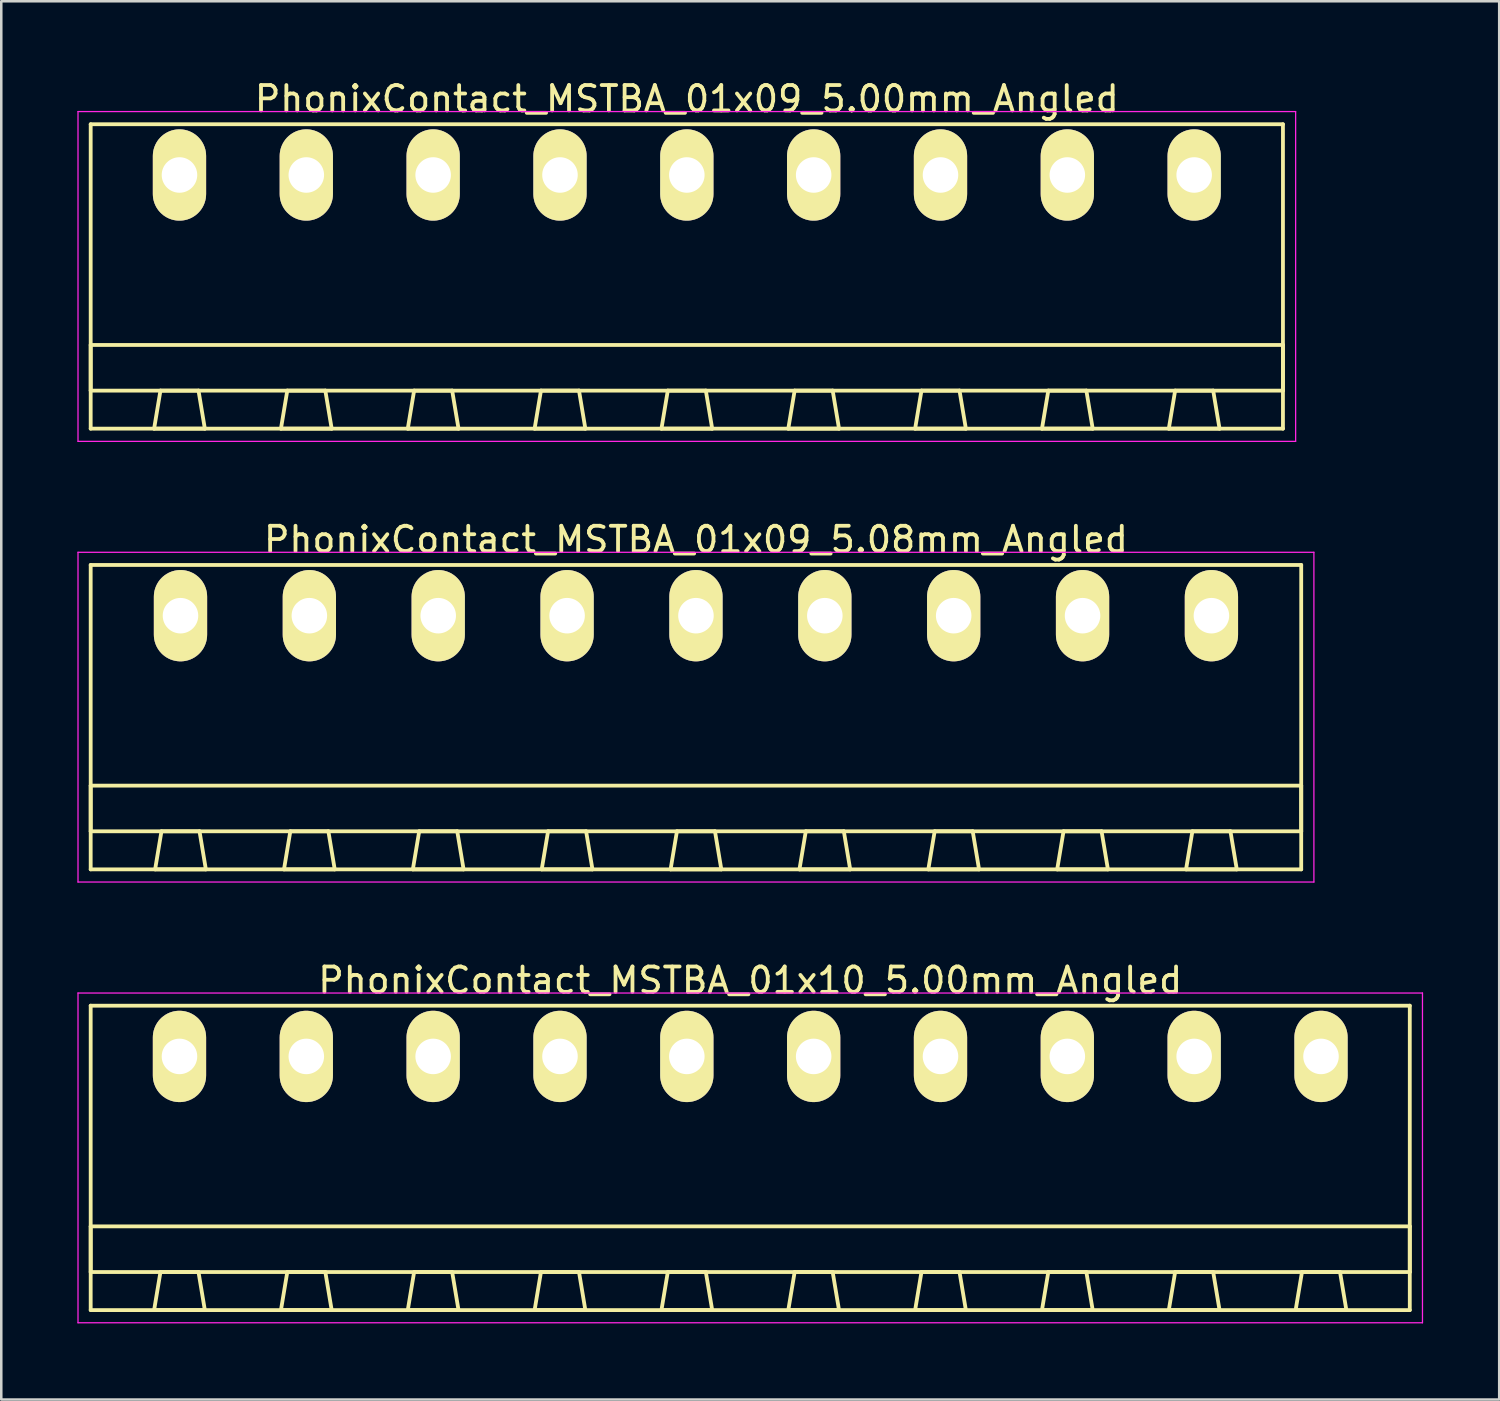
<source format=kicad_pcb>
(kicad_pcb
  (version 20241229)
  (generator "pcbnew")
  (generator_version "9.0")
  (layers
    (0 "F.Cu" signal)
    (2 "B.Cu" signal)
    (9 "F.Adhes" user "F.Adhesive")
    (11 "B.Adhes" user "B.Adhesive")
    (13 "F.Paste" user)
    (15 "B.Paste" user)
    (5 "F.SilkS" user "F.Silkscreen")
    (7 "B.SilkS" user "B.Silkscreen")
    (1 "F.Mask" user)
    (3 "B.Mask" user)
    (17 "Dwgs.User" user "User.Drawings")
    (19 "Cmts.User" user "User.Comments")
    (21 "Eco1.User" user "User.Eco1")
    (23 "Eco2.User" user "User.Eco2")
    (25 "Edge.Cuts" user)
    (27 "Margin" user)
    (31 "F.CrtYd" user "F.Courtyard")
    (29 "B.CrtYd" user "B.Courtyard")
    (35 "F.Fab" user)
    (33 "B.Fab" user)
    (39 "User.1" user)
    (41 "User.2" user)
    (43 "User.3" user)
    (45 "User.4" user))
  (footprint "PhonixContact_MSTBA_01x09_5.00mm_Angled"
    (layer "F.Cu")
    (at 4.025 3.848)
    (property "Reference" "PhonixContact_MSTBA_01x09_5.00mm_Angled" (at 20 -3 0) (layer "F.SilkS") (effects (font (size 1 1) (thickness 0.15))))
    (attr through_hole)
    (fp_line (start -3.5 -2) (end -3.5 10) (stroke (width 0.15) (type solid)) (layer "F.SilkS"))
    (fp_line (start -3.5 6.7) (end 43.5 6.7) (stroke (width 0.15) (type solid)) (layer "F.SilkS"))
    (fp_line (start -3.5 8.5) (end -3.5 6.7) (stroke (width 0.15) (type solid)) (layer "F.SilkS"))
    (fp_line (start -3.5 10) (end 43.5 10) (stroke (width 0.15) (type solid)) (layer "F.SilkS"))
    (fp_line (start -1 10) (end 1 10) (stroke (width 0.15) (type solid)) (layer "F.SilkS"))
    (fp_line (start -0.75 8.5) (end -1 10) (stroke (width 0.15) (type solid)) (layer "F.SilkS"))
    (fp_line (start 0.75 8.5) (end -0.75 8.5) (stroke (width 0.15) (type solid)) (layer "F.SilkS"))
    (fp_line (start 1 10) (end 0.75 8.5) (stroke (width 0.15) (type solid)) (layer "F.SilkS"))
    (fp_line (start 4 10) (end 6 10) (stroke (width 0.15) (type solid)) (layer "F.SilkS"))
    (fp_line (start 4.25 8.5) (end 4 10) (stroke (width 0.15) (type solid)) (layer "F.SilkS"))
    (fp_line (start 5.75 8.5) (end 4.25 8.5) (stroke (width 0.15) (type solid)) (layer "F.SilkS"))
    (fp_line (start 6 10) (end 5.75 8.5) (stroke (width 0.15) (type solid)) (layer "F.SilkS"))
    (fp_line (start 9 10) (end 11 10) (stroke (width 0.15) (type solid)) (layer "F.SilkS"))
    (fp_line (start 9.25 8.5) (end 9 10) (stroke (width 0.15) (type solid)) (layer "F.SilkS"))
    (fp_line (start 10.75 8.5) (end 9.25 8.5) (stroke (width 0.15) (type solid)) (layer "F.SilkS"))
    (fp_line (start 11 10) (end 10.75 8.5) (stroke (width 0.15) (type solid)) (layer "F.SilkS"))
    (fp_line (start 14 10) (end 16 10) (stroke (width 0.15) (type solid)) (layer "F.SilkS"))
    (fp_line (start 14.25 8.5) (end 14 10) (stroke (width 0.15) (type solid)) (layer "F.SilkS"))
    (fp_line (start 15.75 8.5) (end 14.25 8.5) (stroke (width 0.15) (type solid)) (layer "F.SilkS"))
    (fp_line (start 16 10) (end 15.75 8.5) (stroke (width 0.15) (type solid)) (layer "F.SilkS"))
    (fp_line (start 19 10) (end 21 10) (stroke (width 0.15) (type solid)) (layer "F.SilkS"))
    (fp_line (start 19.25 8.5) (end 19 10) (stroke (width 0.15) (type solid)) (layer "F.SilkS"))
    (fp_line (start 20.75 8.5) (end 19.25 8.5) (stroke (width 0.15) (type solid)) (layer "F.SilkS"))
    (fp_line (start 21 10) (end 20.75 8.5) (stroke (width 0.15) (type solid)) (layer "F.SilkS"))
    (fp_line (start 24 10) (end 26 10) (stroke (width 0.15) (type solid)) (layer "F.SilkS"))
    (fp_line (start 24.25 8.5) (end 24 10) (stroke (width 0.15) (type solid)) (layer "F.SilkS"))
    (fp_line (start 25.75 8.5) (end 24.25 8.5) (stroke (width 0.15) (type solid)) (layer "F.SilkS"))
    (fp_line (start 26 10) (end 25.75 8.5) (stroke (width 0.15) (type solid)) (layer "F.SilkS"))
    (fp_line (start 29 10) (end 31 10) (stroke (width 0.15) (type solid)) (layer "F.SilkS"))
    (fp_line (start 29.25 8.5) (end 29 10) (stroke (width 0.15) (type solid)) (layer "F.SilkS"))
    (fp_line (start 30.75 8.5) (end 29.25 8.5) (stroke (width 0.15) (type solid)) (layer "F.SilkS"))
    (fp_line (start 31 10) (end 30.75 8.5) (stroke (width 0.15) (type solid)) (layer "F.SilkS"))
    (fp_line (start 34 10) (end 36 10) (stroke (width 0.15) (type solid)) (layer "F.SilkS"))
    (fp_line (start 34.25 8.5) (end 34 10) (stroke (width 0.15) (type solid)) (layer "F.SilkS"))
    (fp_line (start 35.75 8.5) (end 34.25 8.5) (stroke (width 0.15) (type solid)) (layer "F.SilkS"))
    (fp_line (start 36 10) (end 35.75 8.5) (stroke (width 0.15) (type solid)) (layer "F.SilkS"))
    (fp_line (start 39 10) (end 41 10) (stroke (width 0.15) (type solid)) (layer "F.SilkS"))
    (fp_line (start 39.25 8.5) (end 39 10) (stroke (width 0.15) (type solid)) (layer "F.SilkS"))
    (fp_line (start 40.75 8.5) (end 39.25 8.5) (stroke (width 0.15) (type solid)) (layer "F.SilkS"))
    (fp_line (start 41 10) (end 40.75 8.5) (stroke (width 0.15) (type solid)) (layer "F.SilkS"))
    (fp_line (start 43.5 -2) (end -3.5 -2) (stroke (width 0.15) (type solid)) (layer "F.SilkS"))
    (fp_line (start 43.5 6.7) (end 43.5 8.5) (stroke (width 0.15) (type solid)) (layer "F.SilkS"))
    (fp_line (start 43.5 8.5) (end -3.5 8.5) (stroke (width 0.15) (type solid)) (layer "F.SilkS"))
    (fp_line (start 43.5 10) (end 43.5 -2) (stroke (width 0.15) (type solid)) (layer "F.SilkS"))
    (fp_line (start -4 -2.5) (end -4 10.5) (stroke (width 0.05) (type solid)) (layer "F.CrtYd"))
    (fp_line (start -4 10.5) (end 44 10.5) (stroke (width 0.05) (type solid)) (layer "F.CrtYd"))
    (fp_line (start 44 -2.5) (end -4 -2.5) (stroke (width 0.05) (type solid)) (layer "F.CrtYd"))
    (fp_line (start 44 10.5) (end 44 -2.5) (stroke (width 0.05) (type solid)) (layer "F.CrtYd"))
    (pad "1" thru_hole oval (at 0 0) (size 2.1 3.6) (drill 1.4) (layers "*.Cu" "*.Mask" "F.SilkS"))
    (pad "2" thru_hole oval (at 5 0) (size 2.1 3.6) (drill 1.4) (layers "*.Cu" "*.Mask" "F.SilkS"))
    (pad "3" thru_hole oval (at 10 0) (size 2.1 3.6) (drill 1.4) (layers "*.Cu" "*.Mask" "F.SilkS"))
    (pad "4" thru_hole oval (at 15 0) (size 2.1 3.6) (drill 1.4) (layers "*.Cu" "*.Mask" "F.SilkS"))
    (pad "5" thru_hole oval (at 20 0) (size 2.1 3.6) (drill 1.4) (layers "*.Cu" "*.Mask" "F.SilkS"))
    (pad "6" thru_hole oval (at 25 0) (size 2.1 3.6) (drill 1.4) (layers "*.Cu" "*.Mask" "F.SilkS"))
    (pad "7" thru_hole oval (at 30 0) (size 2.1 3.6) (drill 1.4) (layers "*.Cu" "*.Mask" "F.SilkS"))
    (pad "8" thru_hole oval (at 35 0) (size 2.1 3.6) (drill 1.4) (layers "*.Cu" "*.Mask" "F.SilkS"))
    (pad "9" thru_hole oval (at 40 0) (size 2.1 3.6) (drill 1.4) (layers "*.Cu" "*.Mask" "F.SilkS")))
  (footprint "PhonixContact_MSTBA_01x09_5.08mm_Angled"
    (layer "F.Cu")
    (at 4.065 21.221)
    (property "Reference" "PhonixContact_MSTBA_01x09_5.08mm_Angled" (at 20.32 -3 0) (layer "F.SilkS") (effects (font (size 1 1) (thickness 0.15))))
    (attr through_hole)
    (fp_line (start -3.54 -2) (end -3.54 10) (stroke (width 0.15) (type solid)) (layer "F.SilkS"))
    (fp_line (start -3.54 6.7) (end 44.18 6.7) (stroke (width 0.15) (type solid)) (layer "F.SilkS"))
    (fp_line (start -3.54 8.5) (end -3.54 6.7) (stroke (width 0.15) (type solid)) (layer "F.SilkS"))
    (fp_line (start -3.54 10) (end 44.18 10) (stroke (width 0.15) (type solid)) (layer "F.SilkS"))
    (fp_line (start -1 10) (end 1 10) (stroke (width 0.15) (type solid)) (layer "F.SilkS"))
    (fp_line (start -0.75 8.5) (end -1 10) (stroke (width 0.15) (type solid)) (layer "F.SilkS"))
    (fp_line (start 0.75 8.5) (end -0.75 8.5) (stroke (width 0.15) (type solid)) (layer "F.SilkS"))
    (fp_line (start 1 10) (end 0.75 8.5) (stroke (width 0.15) (type solid)) (layer "F.SilkS"))
    (fp_line (start 4.08 10) (end 6.08 10) (stroke (width 0.15) (type solid)) (layer "F.SilkS"))
    (fp_line (start 4.33 8.5) (end 4.08 10) (stroke (width 0.15) (type solid)) (layer "F.SilkS"))
    (fp_line (start 5.83 8.5) (end 4.33 8.5) (stroke (width 0.15) (type solid)) (layer "F.SilkS"))
    (fp_line (start 6.08 10) (end 5.83 8.5) (stroke (width 0.15) (type solid)) (layer "F.SilkS"))
    (fp_line (start 9.16 10) (end 11.16 10) (stroke (width 0.15) (type solid)) (layer "F.SilkS"))
    (fp_line (start 9.41 8.5) (end 9.16 10) (stroke (width 0.15) (type solid)) (layer "F.SilkS"))
    (fp_line (start 10.91 8.5) (end 9.41 8.5) (stroke (width 0.15) (type solid)) (layer "F.SilkS"))
    (fp_line (start 11.16 10) (end 10.91 8.5) (stroke (width 0.15) (type solid)) (layer "F.SilkS"))
    (fp_line (start 14.24 10) (end 16.24 10) (stroke (width 0.15) (type solid)) (layer "F.SilkS"))
    (fp_line (start 14.49 8.5) (end 14.24 10) (stroke (width 0.15) (type solid)) (layer "F.SilkS"))
    (fp_line (start 15.99 8.5) (end 14.49 8.5) (stroke (width 0.15) (type solid)) (layer "F.SilkS"))
    (fp_line (start 16.24 10) (end 15.99 8.5) (stroke (width 0.15) (type solid)) (layer "F.SilkS"))
    (fp_line (start 19.32 10) (end 21.32 10) (stroke (width 0.15) (type solid)) (layer "F.SilkS"))
    (fp_line (start 19.57 8.5) (end 19.32 10) (stroke (width 0.15) (type solid)) (layer "F.SilkS"))
    (fp_line (start 21.07 8.5) (end 19.57 8.5) (stroke (width 0.15) (type solid)) (layer "F.SilkS"))
    (fp_line (start 21.32 10) (end 21.07 8.5) (stroke (width 0.15) (type solid)) (layer "F.SilkS"))
    (fp_line (start 24.4 10) (end 26.4 10) (stroke (width 0.15) (type solid)) (layer "F.SilkS"))
    (fp_line (start 24.65 8.5) (end 24.4 10) (stroke (width 0.15) (type solid)) (layer "F.SilkS"))
    (fp_line (start 26.15 8.5) (end 24.65 8.5) (stroke (width 0.15) (type solid)) (layer "F.SilkS"))
    (fp_line (start 26.4 10) (end 26.15 8.5) (stroke (width 0.15) (type solid)) (layer "F.SilkS"))
    (fp_line (start 29.48 10) (end 31.48 10) (stroke (width 0.15) (type solid)) (layer "F.SilkS"))
    (fp_line (start 29.73 8.5) (end 29.48 10) (stroke (width 0.15) (type solid)) (layer "F.SilkS"))
    (fp_line (start 31.23 8.5) (end 29.73 8.5) (stroke (width 0.15) (type solid)) (layer "F.SilkS"))
    (fp_line (start 31.48 10) (end 31.23 8.5) (stroke (width 0.15) (type solid)) (layer "F.SilkS"))
    (fp_line (start 34.56 10) (end 36.56 10) (stroke (width 0.15) (type solid)) (layer "F.SilkS"))
    (fp_line (start 34.81 8.5) (end 34.56 10) (stroke (width 0.15) (type solid)) (layer "F.SilkS"))
    (fp_line (start 36.31 8.5) (end 34.81 8.5) (stroke (width 0.15) (type solid)) (layer "F.SilkS"))
    (fp_line (start 36.56 10) (end 36.31 8.5) (stroke (width 0.15) (type solid)) (layer "F.SilkS"))
    (fp_line (start 39.64 10) (end 41.64 10) (stroke (width 0.15) (type solid)) (layer "F.SilkS"))
    (fp_line (start 39.89 8.5) (end 39.64 10) (stroke (width 0.15) (type solid)) (layer "F.SilkS"))
    (fp_line (start 41.39 8.5) (end 39.89 8.5) (stroke (width 0.15) (type solid)) (layer "F.SilkS"))
    (fp_line (start 41.64 10) (end 41.39 8.5) (stroke (width 0.15) (type solid)) (layer "F.SilkS"))
    (fp_line (start 44.18 -2) (end -3.54 -2) (stroke (width 0.15) (type solid)) (layer "F.SilkS"))
    (fp_line (start 44.18 6.7) (end 44.18 8.5) (stroke (width 0.15) (type solid)) (layer "F.SilkS"))
    (fp_line (start 44.18 8.5) (end -3.54 8.5) (stroke (width 0.15) (type solid)) (layer "F.SilkS"))
    (fp_line (start 44.18 10) (end 44.18 -2) (stroke (width 0.15) (type solid)) (layer "F.SilkS"))
    (fp_line (start -4.04 -2.5) (end -4.04 10.5) (stroke (width 0.05) (type solid)) (layer "F.CrtYd"))
    (fp_line (start -4.04 10.5) (end 44.68 10.5) (stroke (width 0.05) (type solid)) (layer "F.CrtYd"))
    (fp_line (start 44.68 -2.5) (end -4.04 -2.5) (stroke (width 0.05) (type solid)) (layer "F.CrtYd"))
    (fp_line (start 44.68 10.5) (end 44.68 -2.5) (stroke (width 0.05) (type solid)) (layer "F.CrtYd"))
    (pad "1" thru_hole oval (at 0 0) (size 2.1 3.6) (drill 1.4) (layers "*.Cu" "*.Mask" "F.SilkS"))
    (pad "2" thru_hole oval (at 5.08 0) (size 2.1 3.6) (drill 1.4) (layers "*.Cu" "*.Mask" "F.SilkS"))
    (pad "3" thru_hole oval (at 10.16 0) (size 2.1 3.6) (drill 1.4) (layers "*.Cu" "*.Mask" "F.SilkS"))
    (pad "4" thru_hole oval (at 15.24 0) (size 2.1 3.6) (drill 1.4) (layers "*.Cu" "*.Mask" "F.SilkS"))
    (pad "5" thru_hole oval (at 20.32 0) (size 2.1 3.6) (drill 1.4) (layers "*.Cu" "*.Mask" "F.SilkS"))
    (pad "6" thru_hole oval (at 25.4 0) (size 2.1 3.6) (drill 1.4) (layers "*.Cu" "*.Mask" "F.SilkS"))
    (pad "7" thru_hole oval (at 30.48 0) (size 2.1 3.6) (drill 1.4) (layers "*.Cu" "*.Mask" "F.SilkS"))
    (pad "8" thru_hole oval (at 35.56 0) (size 2.1 3.6) (drill 1.4) (layers "*.Cu" "*.Mask" "F.SilkS"))
    (pad "9" thru_hole oval (at 40.64 0) (size 2.1 3.6) (drill 1.4) (layers "*.Cu" "*.Mask" "F.SilkS")))
  (footprint "PhonixContact_MSTBA_01x10_5.00mm_Angled"
    (layer "F.Cu")
    (at 4.025 38.595)
    (property "Reference" "PhonixContact_MSTBA_01x10_5.00mm_Angled" (at 22.5 -3 0) (layer "F.SilkS") (effects (font (size 1 1) (thickness 0.15))))
    (attr through_hole)
    (fp_line (start -3.5 -2) (end -3.5 10) (stroke (width 0.15) (type solid)) (layer "F.SilkS"))
    (fp_line (start -3.5 6.7) (end 48.5 6.7) (stroke (width 0.15) (type solid)) (layer "F.SilkS"))
    (fp_line (start -3.5 8.5) (end -3.5 6.7) (stroke (width 0.15) (type solid)) (layer "F.SilkS"))
    (fp_line (start -3.5 10) (end 48.5 10) (stroke (width 0.15) (type solid)) (layer "F.SilkS"))
    (fp_line (start -1 10) (end 1 10) (stroke (width 0.15) (type solid)) (layer "F.SilkS"))
    (fp_line (start -0.75 8.5) (end -1 10) (stroke (width 0.15) (type solid)) (layer "F.SilkS"))
    (fp_line (start 0.75 8.5) (end -0.75 8.5) (stroke (width 0.15) (type solid)) (layer "F.SilkS"))
    (fp_line (start 1 10) (end 0.75 8.5) (stroke (width 0.15) (type solid)) (layer "F.SilkS"))
    (fp_line (start 4 10) (end 6 10) (stroke (width 0.15) (type solid)) (layer "F.SilkS"))
    (fp_line (start 4.25 8.5) (end 4 10) (stroke (width 0.15) (type solid)) (layer "F.SilkS"))
    (fp_line (start 5.75 8.5) (end 4.25 8.5) (stroke (width 0.15) (type solid)) (layer "F.SilkS"))
    (fp_line (start 6 10) (end 5.75 8.5) (stroke (width 0.15) (type solid)) (layer "F.SilkS"))
    (fp_line (start 9 10) (end 11 10) (stroke (width 0.15) (type solid)) (layer "F.SilkS"))
    (fp_line (start 9.25 8.5) (end 9 10) (stroke (width 0.15) (type solid)) (layer "F.SilkS"))
    (fp_line (start 10.75 8.5) (end 9.25 8.5) (stroke (width 0.15) (type solid)) (layer "F.SilkS"))
    (fp_line (start 11 10) (end 10.75 8.5) (stroke (width 0.15) (type solid)) (layer "F.SilkS"))
    (fp_line (start 14 10) (end 16 10) (stroke (width 0.15) (type solid)) (layer "F.SilkS"))
    (fp_line (start 14.25 8.5) (end 14 10) (stroke (width 0.15) (type solid)) (layer "F.SilkS"))
    (fp_line (start 15.75 8.5) (end 14.25 8.5) (stroke (width 0.15) (type solid)) (layer "F.SilkS"))
    (fp_line (start 16 10) (end 15.75 8.5) (stroke (width 0.15) (type solid)) (layer "F.SilkS"))
    (fp_line (start 19 10) (end 21 10) (stroke (width 0.15) (type solid)) (layer "F.SilkS"))
    (fp_line (start 19.25 8.5) (end 19 10) (stroke (width 0.15) (type solid)) (layer "F.SilkS"))
    (fp_line (start 20.75 8.5) (end 19.25 8.5) (stroke (width 0.15) (type solid)) (layer "F.SilkS"))
    (fp_line (start 21 10) (end 20.75 8.5) (stroke (width 0.15) (type solid)) (layer "F.SilkS"))
    (fp_line (start 24 10) (end 26 10) (stroke (width 0.15) (type solid)) (layer "F.SilkS"))
    (fp_line (start 24.25 8.5) (end 24 10) (stroke (width 0.15) (type solid)) (layer "F.SilkS"))
    (fp_line (start 25.75 8.5) (end 24.25 8.5) (stroke (width 0.15) (type solid)) (layer "F.SilkS"))
    (fp_line (start 26 10) (end 25.75 8.5) (stroke (width 0.15) (type solid)) (layer "F.SilkS"))
    (fp_line (start 29 10) (end 31 10) (stroke (width 0.15) (type solid)) (layer "F.SilkS"))
    (fp_line (start 29.25 8.5) (end 29 10) (stroke (width 0.15) (type solid)) (layer "F.SilkS"))
    (fp_line (start 30.75 8.5) (end 29.25 8.5) (stroke (width 0.15) (type solid)) (layer "F.SilkS"))
    (fp_line (start 31 10) (end 30.75 8.5) (stroke (width 0.15) (type solid)) (layer "F.SilkS"))
    (fp_line (start 34 10) (end 36 10) (stroke (width 0.15) (type solid)) (layer "F.SilkS"))
    (fp_line (start 34.25 8.5) (end 34 10) (stroke (width 0.15) (type solid)) (layer "F.SilkS"))
    (fp_line (start 35.75 8.5) (end 34.25 8.5) (stroke (width 0.15) (type solid)) (layer "F.SilkS"))
    (fp_line (start 36 10) (end 35.75 8.5) (stroke (width 0.15) (type solid)) (layer "F.SilkS"))
    (fp_line (start 39 10) (end 41 10) (stroke (width 0.15) (type solid)) (layer "F.SilkS"))
    (fp_line (start 39.25 8.5) (end 39 10) (stroke (width 0.15) (type solid)) (layer "F.SilkS"))
    (fp_line (start 40.75 8.5) (end 39.25 8.5) (stroke (width 0.15) (type solid)) (layer "F.SilkS"))
    (fp_line (start 41 10) (end 40.75 8.5) (stroke (width 0.15) (type solid)) (layer "F.SilkS"))
    (fp_line (start 44 10) (end 46 10) (stroke (width 0.15) (type solid)) (layer "F.SilkS"))
    (fp_line (start 44.25 8.5) (end 44 10) (stroke (width 0.15) (type solid)) (layer "F.SilkS"))
    (fp_line (start 45.75 8.5) (end 44.25 8.5) (stroke (width 0.15) (type solid)) (layer "F.SilkS"))
    (fp_line (start 46 10) (end 45.75 8.5) (stroke (width 0.15) (type solid)) (layer "F.SilkS"))
    (fp_line (start 48.5 -2) (end -3.5 -2) (stroke (width 0.15) (type solid)) (layer "F.SilkS"))
    (fp_line (start 48.5 6.7) (end 48.5 8.5) (stroke (width 0.15) (type solid)) (layer "F.SilkS"))
    (fp_line (start 48.5 8.5) (end -3.5 8.5) (stroke (width 0.15) (type solid)) (layer "F.SilkS"))
    (fp_line (start 48.5 10) (end 48.5 -2) (stroke (width 0.15) (type solid)) (layer "F.SilkS"))
    (fp_line (start -4 -2.5) (end -4 10.5) (stroke (width 0.05) (type solid)) (layer "F.CrtYd"))
    (fp_line (start -4 10.5) (end 49 10.5) (stroke (width 0.05) (type solid)) (layer "F.CrtYd"))
    (fp_line (start 49 -2.5) (end -4 -2.5) (stroke (width 0.05) (type solid)) (layer "F.CrtYd"))
    (fp_line (start 49 10.5) (end 49 -2.5) (stroke (width 0.05) (type solid)) (layer "F.CrtYd"))
    (pad "1" thru_hole oval (at 0 0) (size 2.1 3.6) (drill 1.4) (layers "*.Cu" "*.Mask" "F.SilkS"))
    (pad "2" thru_hole oval (at 5 0) (size 2.1 3.6) (drill 1.4) (layers "*.Cu" "*.Mask" "F.SilkS"))
    (pad "3" thru_hole oval (at 10 0) (size 2.1 3.6) (drill 1.4) (layers "*.Cu" "*.Mask" "F.SilkS"))
    (pad "4" thru_hole oval (at 15 0) (size 2.1 3.6) (drill 1.4) (layers "*.Cu" "*.Mask" "F.SilkS"))
    (pad "5" thru_hole oval (at 20 0) (size 2.1 3.6) (drill 1.4) (layers "*.Cu" "*.Mask" "F.SilkS"))
    (pad "6" thru_hole oval (at 25 0) (size 2.1 3.6) (drill 1.4) (layers "*.Cu" "*.Mask" "F.SilkS"))
    (pad "7" thru_hole oval (at 30 0) (size 2.1 3.6) (drill 1.4) (layers "*.Cu" "*.Mask" "F.SilkS"))
    (pad "8" thru_hole oval (at 35 0) (size 2.1 3.6) (drill 1.4) (layers "*.Cu" "*.Mask" "F.SilkS"))
    (pad "9" thru_hole oval (at 40 0) (size 2.1 3.6) (drill 1.4) (layers "*.Cu" "*.Mask" "F.SilkS"))
    (pad "10" thru_hole oval (at 45 0) (size 2.1 3.6) (drill 1.4) (layers "*.Cu" "*.Mask" "F.SilkS")))
  (gr_rect
    (start -3 -3)
    (end 56.05 52.12)
    (stroke (width 0.1) (type default))
    (fill no)
    (layer "Edge.Cuts")))
</source>
